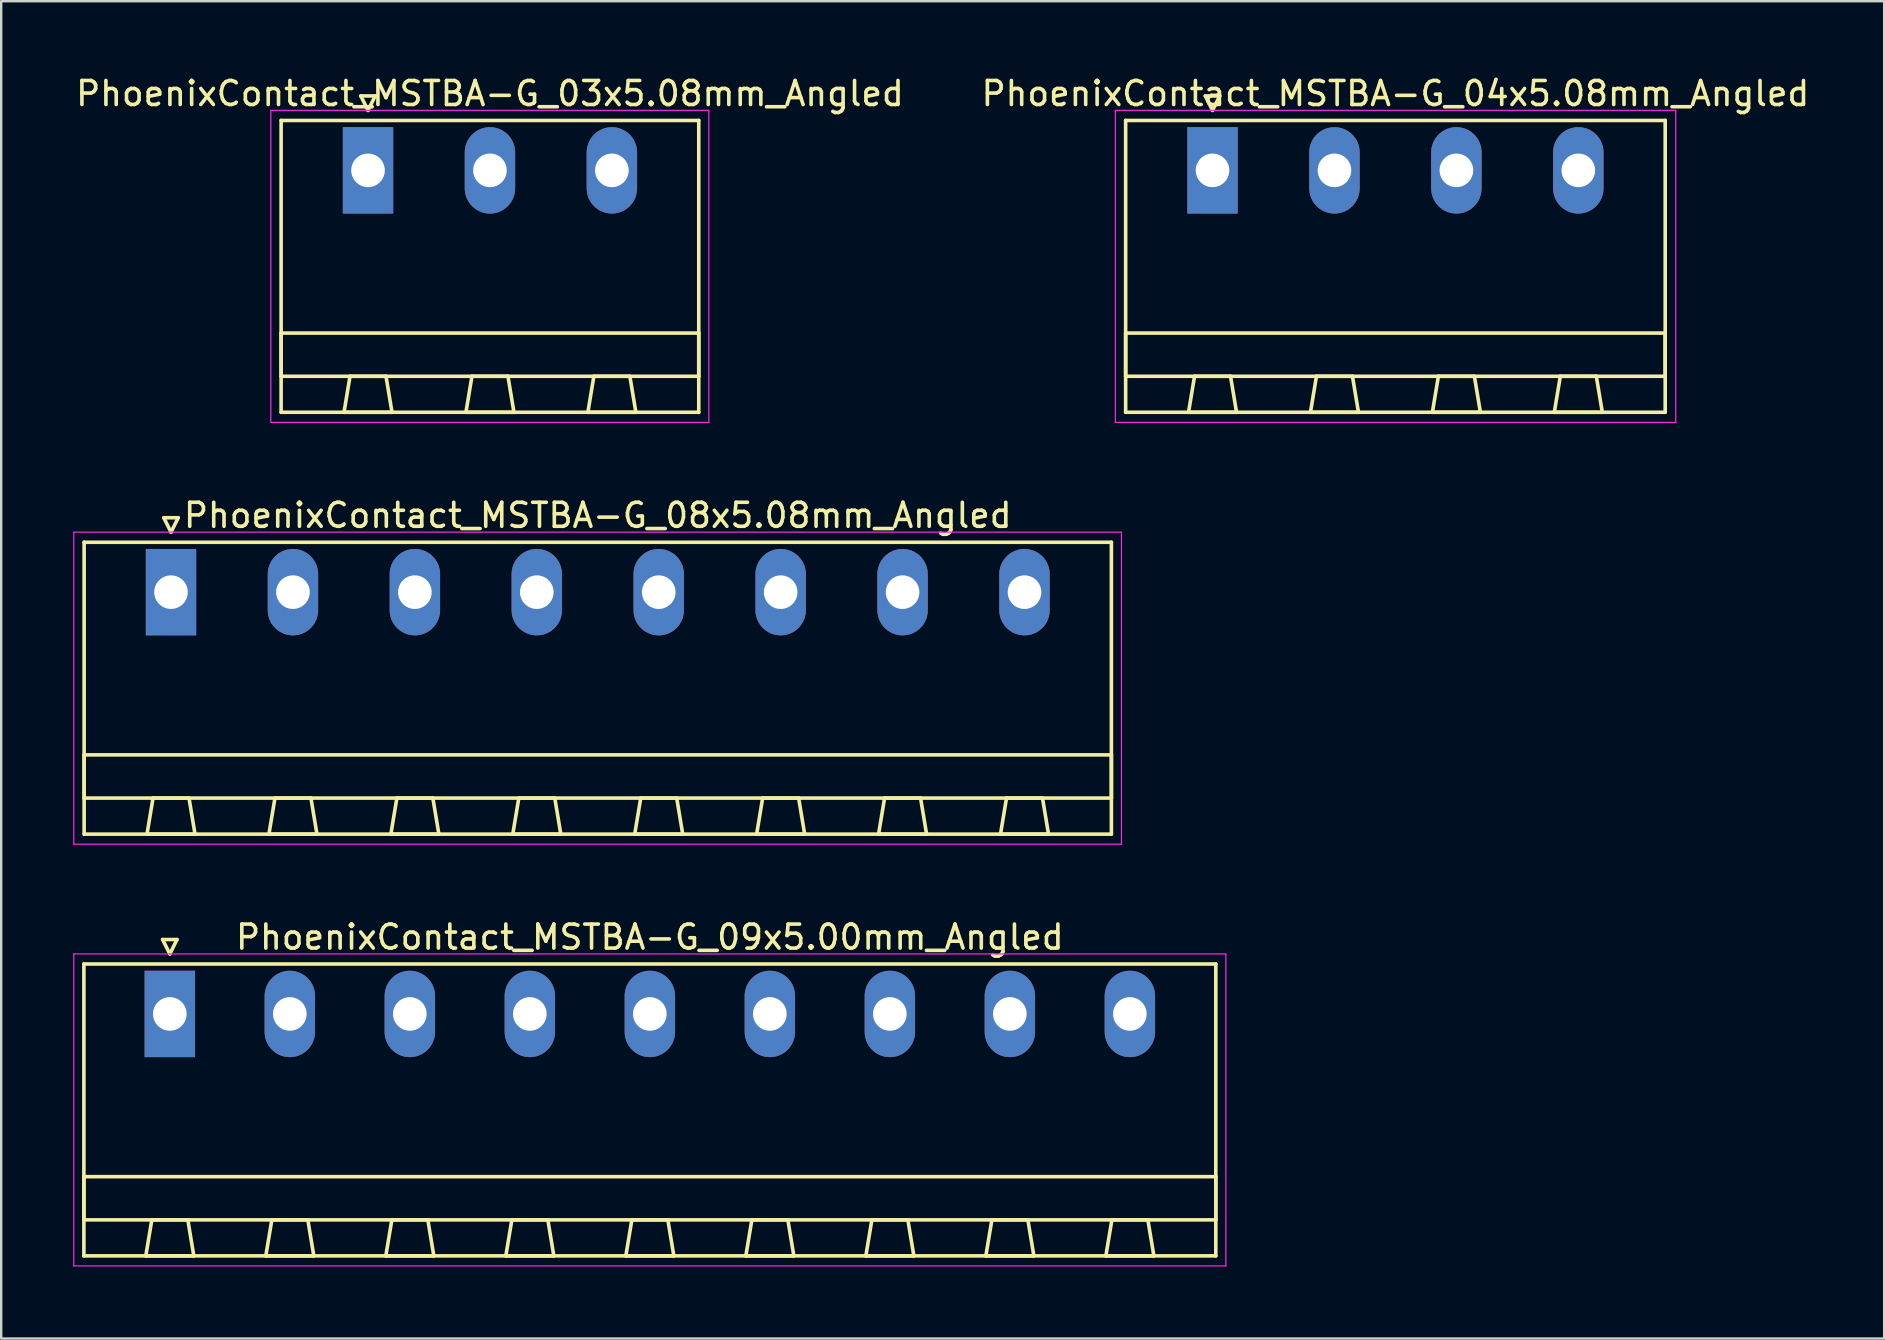
<source format=kicad_pcb>
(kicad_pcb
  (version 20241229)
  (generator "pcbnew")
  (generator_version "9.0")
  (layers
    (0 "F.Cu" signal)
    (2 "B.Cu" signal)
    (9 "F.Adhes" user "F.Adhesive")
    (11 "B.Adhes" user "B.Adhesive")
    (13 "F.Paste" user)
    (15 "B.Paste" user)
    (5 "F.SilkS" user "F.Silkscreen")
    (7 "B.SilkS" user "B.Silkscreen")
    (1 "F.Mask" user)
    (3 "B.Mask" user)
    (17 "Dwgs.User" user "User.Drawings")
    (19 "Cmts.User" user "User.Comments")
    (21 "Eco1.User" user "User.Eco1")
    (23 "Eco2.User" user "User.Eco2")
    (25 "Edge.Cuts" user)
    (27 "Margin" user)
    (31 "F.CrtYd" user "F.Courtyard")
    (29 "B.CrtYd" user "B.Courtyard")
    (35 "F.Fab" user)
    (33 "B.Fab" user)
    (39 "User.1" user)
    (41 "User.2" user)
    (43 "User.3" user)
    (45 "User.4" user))
  (footprint "PhoenixContact_MSTBA-G_09x5.00mm_Angled"
    (layer "F.Cu")
    (at 4.025 39.195)
    (property "Reference" "PhoenixContact_MSTBA-G_09x5.00mm_Angled" (at 20 -3.2 0) (layer "F.SilkS") (effects (font (size 1 1) (thickness 0.15))))
    (attr through_hole)
    (fp_line (start -3.58 -2.08) (end -3.58 10.08) (stroke (width 0.15) (type solid)) (layer "F.SilkS"))
    (fp_line (start -3.58 6.78) (end 43.58 6.78) (stroke (width 0.15) (type solid)) (layer "F.SilkS"))
    (fp_line (start -3.58 8.58) (end -3.58 6.78) (stroke (width 0.15) (type solid)) (layer "F.SilkS"))
    (fp_line (start -3.58 10.08) (end 43.58 10.08) (stroke (width 0.15) (type solid)) (layer "F.SilkS"))
    (fp_line (start -1 10.08) (end 1 10.08) (stroke (width 0.15) (type solid)) (layer "F.SilkS"))
    (fp_line (start -0.75 8.58) (end -1 10.08) (stroke (width 0.15) (type solid)) (layer "F.SilkS"))
    (fp_line (start -0.3 -3.1) (end 0 -2.5) (stroke (width 0.15) (type solid)) (layer "F.SilkS"))
    (fp_line (start 0 -2.5) (end 0.3 -3.1) (stroke (width 0.15) (type solid)) (layer "F.SilkS"))
    (fp_line (start 0.3 -3.1) (end -0.3 -3.1) (stroke (width 0.15) (type solid)) (layer "F.SilkS"))
    (fp_line (start 0.75 8.58) (end -0.75 8.58) (stroke (width 0.15) (type solid)) (layer "F.SilkS"))
    (fp_line (start 1 10.08) (end 0.75 8.58) (stroke (width 0.15) (type solid)) (layer "F.SilkS"))
    (fp_line (start 4 10.08) (end 6 10.08) (stroke (width 0.15) (type solid)) (layer "F.SilkS"))
    (fp_line (start 4.25 8.58) (end 4 10.08) (stroke (width 0.15) (type solid)) (layer "F.SilkS"))
    (fp_line (start 5.75 8.58) (end 4.25 8.58) (stroke (width 0.15) (type solid)) (layer "F.SilkS"))
    (fp_line (start 6 10.08) (end 5.75 8.58) (stroke (width 0.15) (type solid)) (layer "F.SilkS"))
    (fp_line (start 9 10.08) (end 11 10.08) (stroke (width 0.15) (type solid)) (layer "F.SilkS"))
    (fp_line (start 9.25 8.58) (end 9 10.08) (stroke (width 0.15) (type solid)) (layer "F.SilkS"))
    (fp_line (start 10.75 8.58) (end 9.25 8.58) (stroke (width 0.15) (type solid)) (layer "F.SilkS"))
    (fp_line (start 11 10.08) (end 10.75 8.58) (stroke (width 0.15) (type solid)) (layer "F.SilkS"))
    (fp_line (start 14 10.08) (end 16 10.08) (stroke (width 0.15) (type solid)) (layer "F.SilkS"))
    (fp_line (start 14.25 8.58) (end 14 10.08) (stroke (width 0.15) (type solid)) (layer "F.SilkS"))
    (fp_line (start 15.75 8.58) (end 14.25 8.58) (stroke (width 0.15) (type solid)) (layer "F.SilkS"))
    (fp_line (start 16 10.08) (end 15.75 8.58) (stroke (width 0.15) (type solid)) (layer "F.SilkS"))
    (fp_line (start 19 10.08) (end 21 10.08) (stroke (width 0.15) (type solid)) (layer "F.SilkS"))
    (fp_line (start 19.25 8.58) (end 19 10.08) (stroke (width 0.15) (type solid)) (layer "F.SilkS"))
    (fp_line (start 20.75 8.58) (end 19.25 8.58) (stroke (width 0.15) (type solid)) (layer "F.SilkS"))
    (fp_line (start 21 10.08) (end 20.75 8.58) (stroke (width 0.15) (type solid)) (layer "F.SilkS"))
    (fp_line (start 24 10.08) (end 26 10.08) (stroke (width 0.15) (type solid)) (layer "F.SilkS"))
    (fp_line (start 24.25 8.58) (end 24 10.08) (stroke (width 0.15) (type solid)) (layer "F.SilkS"))
    (fp_line (start 25.75 8.58) (end 24.25 8.58) (stroke (width 0.15) (type solid)) (layer "F.SilkS"))
    (fp_line (start 26 10.08) (end 25.75 8.58) (stroke (width 0.15) (type solid)) (layer "F.SilkS"))
    (fp_line (start 29 10.08) (end 31 10.08) (stroke (width 0.15) (type solid)) (layer "F.SilkS"))
    (fp_line (start 29.25 8.58) (end 29 10.08) (stroke (width 0.15) (type solid)) (layer "F.SilkS"))
    (fp_line (start 30.75 8.58) (end 29.25 8.58) (stroke (width 0.15) (type solid)) (layer "F.SilkS"))
    (fp_line (start 31 10.08) (end 30.75 8.58) (stroke (width 0.15) (type solid)) (layer "F.SilkS"))
    (fp_line (start 34 10.08) (end 36 10.08) (stroke (width 0.15) (type solid)) (layer "F.SilkS"))
    (fp_line (start 34.25 8.58) (end 34 10.08) (stroke (width 0.15) (type solid)) (layer "F.SilkS"))
    (fp_line (start 35.75 8.58) (end 34.25 8.58) (stroke (width 0.15) (type solid)) (layer "F.SilkS"))
    (fp_line (start 36 10.08) (end 35.75 8.58) (stroke (width 0.15) (type solid)) (layer "F.SilkS"))
    (fp_line (start 39 10.08) (end 41 10.08) (stroke (width 0.15) (type solid)) (layer "F.SilkS"))
    (fp_line (start 39.25 8.58) (end 39 10.08) (stroke (width 0.15) (type solid)) (layer "F.SilkS"))
    (fp_line (start 40.75 8.58) (end 39.25 8.58) (stroke (width 0.15) (type solid)) (layer "F.SilkS"))
    (fp_line (start 41 10.08) (end 40.75 8.58) (stroke (width 0.15) (type solid)) (layer "F.SilkS"))
    (fp_line (start 43.58 -2.08) (end -3.58 -2.08) (stroke (width 0.15) (type solid)) (layer "F.SilkS"))
    (fp_line (start 43.58 6.78) (end 43.58 8.58) (stroke (width 0.15) (type solid)) (layer "F.SilkS"))
    (fp_line (start 43.58 8.58) (end -3.58 8.58) (stroke (width 0.15) (type solid)) (layer "F.SilkS"))
    (fp_line (start 43.58 10.08) (end 43.58 -2.08) (stroke (width 0.15) (type solid)) (layer "F.SilkS"))
    (fp_line (start -4 -2.5) (end -4 10.5) (stroke (width 0.05) (type solid)) (layer "F.CrtYd"))
    (fp_line (start -4 10.5) (end 44 10.5) (stroke (width 0.05) (type solid)) (layer "F.CrtYd"))
    (fp_line (start 44 -2.5) (end -4 -2.5) (stroke (width 0.05) (type solid)) (layer "F.CrtYd"))
    (fp_line (start 44 10.5) (end 44 -2.5) (stroke (width 0.05) (type solid)) (layer "F.CrtYd"))
    (pad "1" thru_hole rect (at 0 0) (size 2.1 3.6) (drill 1.4) (layers "*.Cu" "*.Mask"))
    (pad "2" thru_hole oval (at 5 0) (size 2.1 3.6) (drill 1.4) (layers "*.Cu" "*.Mask"))
    (pad "3" thru_hole oval (at 10 0) (size 2.1 3.6) (drill 1.4) (layers "*.Cu" "*.Mask"))
    (pad "4" thru_hole oval (at 15 0) (size 2.1 3.6) (drill 1.4) (layers "*.Cu" "*.Mask"))
    (pad "5" thru_hole oval (at 20 0) (size 2.1 3.6) (drill 1.4) (layers "*.Cu" "*.Mask"))
    (pad "6" thru_hole oval (at 25 0) (size 2.1 3.6) (drill 1.4) (layers "*.Cu" "*.Mask"))
    (pad "7" thru_hole oval (at 30 0) (size 2.1 3.6) (drill 1.4) (layers "*.Cu" "*.Mask"))
    (pad "8" thru_hole oval (at 35 0) (size 2.1 3.6) (drill 1.4) (layers "*.Cu" "*.Mask"))
    (pad "9" thru_hole oval (at 40 0) (size 2.1 3.6) (drill 1.4) (layers "*.Cu" "*.Mask")))
  (footprint "PhoenixContact_MSTBA-G_08x5.08mm_Angled"
    (layer "F.Cu")
    (at 4.075 21.622)
    (property "Reference" "PhoenixContact_MSTBA-G_08x5.08mm_Angled" (at 17.78 -3.2 0) (layer "F.SilkS") (effects (font (size 1 1) (thickness 0.15))))
    (attr through_hole)
    (fp_line (start -3.62 -2.08) (end -3.62 10.08) (stroke (width 0.15) (type solid)) (layer "F.SilkS"))
    (fp_line (start -3.62 6.78) (end 39.18 6.78) (stroke (width 0.15) (type solid)) (layer "F.SilkS"))
    (fp_line (start -3.62 8.58) (end -3.62 6.78) (stroke (width 0.15) (type solid)) (layer "F.SilkS"))
    (fp_line (start -3.62 10.08) (end 39.18 10.08) (stroke (width 0.15) (type solid)) (layer "F.SilkS"))
    (fp_line (start -1 10.08) (end 1 10.08) (stroke (width 0.15) (type solid)) (layer "F.SilkS"))
    (fp_line (start -0.75 8.58) (end -1 10.08) (stroke (width 0.15) (type solid)) (layer "F.SilkS"))
    (fp_line (start -0.3 -3.1) (end 0 -2.5) (stroke (width 0.15) (type solid)) (layer "F.SilkS"))
    (fp_line (start 0 -2.5) (end 0.3 -3.1) (stroke (width 0.15) (type solid)) (layer "F.SilkS"))
    (fp_line (start 0.3 -3.1) (end -0.3 -3.1) (stroke (width 0.15) (type solid)) (layer "F.SilkS"))
    (fp_line (start 0.75 8.58) (end -0.75 8.58) (stroke (width 0.15) (type solid)) (layer "F.SilkS"))
    (fp_line (start 1 10.08) (end 0.75 8.58) (stroke (width 0.15) (type solid)) (layer "F.SilkS"))
    (fp_line (start 4.08 10.08) (end 6.08 10.08) (stroke (width 0.15) (type solid)) (layer "F.SilkS"))
    (fp_line (start 4.33 8.58) (end 4.08 10.08) (stroke (width 0.15) (type solid)) (layer "F.SilkS"))
    (fp_line (start 5.83 8.58) (end 4.33 8.58) (stroke (width 0.15) (type solid)) (layer "F.SilkS"))
    (fp_line (start 6.08 10.08) (end 5.83 8.58) (stroke (width 0.15) (type solid)) (layer "F.SilkS"))
    (fp_line (start 9.16 10.08) (end 11.16 10.08) (stroke (width 0.15) (type solid)) (layer "F.SilkS"))
    (fp_line (start 9.41 8.58) (end 9.16 10.08) (stroke (width 0.15) (type solid)) (layer "F.SilkS"))
    (fp_line (start 10.91 8.58) (end 9.41 8.58) (stroke (width 0.15) (type solid)) (layer "F.SilkS"))
    (fp_line (start 11.16 10.08) (end 10.91 8.58) (stroke (width 0.15) (type solid)) (layer "F.SilkS"))
    (fp_line (start 14.24 10.08) (end 16.24 10.08) (stroke (width 0.15) (type solid)) (layer "F.SilkS"))
    (fp_line (start 14.49 8.58) (end 14.24 10.08) (stroke (width 0.15) (type solid)) (layer "F.SilkS"))
    (fp_line (start 15.99 8.58) (end 14.49 8.58) (stroke (width 0.15) (type solid)) (layer "F.SilkS"))
    (fp_line (start 16.24 10.08) (end 15.99 8.58) (stroke (width 0.15) (type solid)) (layer "F.SilkS"))
    (fp_line (start 19.32 10.08) (end 21.32 10.08) (stroke (width 0.15) (type solid)) (layer "F.SilkS"))
    (fp_line (start 19.57 8.58) (end 19.32 10.08) (stroke (width 0.15) (type solid)) (layer "F.SilkS"))
    (fp_line (start 21.07 8.58) (end 19.57 8.58) (stroke (width 0.15) (type solid)) (layer "F.SilkS"))
    (fp_line (start 21.32 10.08) (end 21.07 8.58) (stroke (width 0.15) (type solid)) (layer "F.SilkS"))
    (fp_line (start 24.4 10.08) (end 26.4 10.08) (stroke (width 0.15) (type solid)) (layer "F.SilkS"))
    (fp_line (start 24.65 8.58) (end 24.4 10.08) (stroke (width 0.15) (type solid)) (layer "F.SilkS"))
    (fp_line (start 26.15 8.58) (end 24.65 8.58) (stroke (width 0.15) (type solid)) (layer "F.SilkS"))
    (fp_line (start 26.4 10.08) (end 26.15 8.58) (stroke (width 0.15) (type solid)) (layer "F.SilkS"))
    (fp_line (start 29.48 10.08) (end 31.48 10.08) (stroke (width 0.15) (type solid)) (layer "F.SilkS"))
    (fp_line (start 29.73 8.58) (end 29.48 10.08) (stroke (width 0.15) (type solid)) (layer "F.SilkS"))
    (fp_line (start 31.23 8.58) (end 29.73 8.58) (stroke (width 0.15) (type solid)) (layer "F.SilkS"))
    (fp_line (start 31.48 10.08) (end 31.23 8.58) (stroke (width 0.15) (type solid)) (layer "F.SilkS"))
    (fp_line (start 34.56 10.08) (end 36.56 10.08) (stroke (width 0.15) (type solid)) (layer "F.SilkS"))
    (fp_line (start 34.81 8.58) (end 34.56 10.08) (stroke (width 0.15) (type solid)) (layer "F.SilkS"))
    (fp_line (start 36.31 8.58) (end 34.81 8.58) (stroke (width 0.15) (type solid)) (layer "F.SilkS"))
    (fp_line (start 36.56 10.08) (end 36.31 8.58) (stroke (width 0.15) (type solid)) (layer "F.SilkS"))
    (fp_line (start 39.18 -2.08) (end -3.62 -2.08) (stroke (width 0.15) (type solid)) (layer "F.SilkS"))
    (fp_line (start 39.18 6.78) (end 39.18 8.58) (stroke (width 0.15) (type solid)) (layer "F.SilkS"))
    (fp_line (start 39.18 8.58) (end -3.62 8.58) (stroke (width 0.15) (type solid)) (layer "F.SilkS"))
    (fp_line (start 39.18 10.08) (end 39.18 -2.08) (stroke (width 0.15) (type solid)) (layer "F.SilkS"))
    (fp_line (start -4.05 -2.5) (end -4.05 10.5) (stroke (width 0.05) (type solid)) (layer "F.CrtYd"))
    (fp_line (start -4.05 10.5) (end 39.6 10.5) (stroke (width 0.05) (type solid)) (layer "F.CrtYd"))
    (fp_line (start 39.6 -2.5) (end -4.05 -2.5) (stroke (width 0.05) (type solid)) (layer "F.CrtYd"))
    (fp_line (start 39.6 10.5) (end 39.6 -2.5) (stroke (width 0.05) (type solid)) (layer "F.CrtYd"))
    (pad "1" thru_hole rect (at 0 0) (size 2.1 3.6) (drill 1.4) (layers "*.Cu" "*.Mask"))
    (pad "2" thru_hole oval (at 5.08 0) (size 2.1 3.6) (drill 1.4) (layers "*.Cu" "*.Mask"))
    (pad "3" thru_hole oval (at 10.16 0) (size 2.1 3.6) (drill 1.4) (layers "*.Cu" "*.Mask"))
    (pad "4" thru_hole oval (at 15.24 0) (size 2.1 3.6) (drill 1.4) (layers "*.Cu" "*.Mask"))
    (pad "5" thru_hole oval (at 20.32 0) (size 2.1 3.6) (drill 1.4) (layers "*.Cu" "*.Mask"))
    (pad "6" thru_hole oval (at 25.4 0) (size 2.1 3.6) (drill 1.4) (layers "*.Cu" "*.Mask"))
    (pad "7" thru_hole oval (at 30.48 0) (size 2.1 3.6) (drill 1.4) (layers "*.Cu" "*.Mask"))
    (pad "8" thru_hole oval (at 35.56 0) (size 2.1 3.6) (drill 1.4) (layers "*.Cu" "*.Mask")))
  (footprint "PhoenixContact_MSTBA-G_04x5.08mm_Angled"
    (layer "F.Cu")
    (at 47.469 4.048)
    (property "Reference" "PhoenixContact_MSTBA-G_04x5.08mm_Angled" (at 7.62 -3.2 0) (layer "F.SilkS") (effects (font (size 1 1) (thickness 0.15))))
    (attr through_hole)
    (fp_line (start -3.62 -2.08) (end -3.62 10.08) (stroke (width 0.15) (type solid)) (layer "F.SilkS"))
    (fp_line (start -3.62 6.78) (end 18.86 6.78) (stroke (width 0.15) (type solid)) (layer "F.SilkS"))
    (fp_line (start -3.62 8.58) (end -3.62 6.78) (stroke (width 0.15) (type solid)) (layer "F.SilkS"))
    (fp_line (start -3.62 10.08) (end 18.86 10.08) (stroke (width 0.15) (type solid)) (layer "F.SilkS"))
    (fp_line (start -1 10.08) (end 1 10.08) (stroke (width 0.15) (type solid)) (layer "F.SilkS"))
    (fp_line (start -0.75 8.58) (end -1 10.08) (stroke (width 0.15) (type solid)) (layer "F.SilkS"))
    (fp_line (start -0.3 -3.1) (end 0 -2.5) (stroke (width 0.15) (type solid)) (layer "F.SilkS"))
    (fp_line (start 0 -2.5) (end 0.3 -3.1) (stroke (width 0.15) (type solid)) (layer "F.SilkS"))
    (fp_line (start 0.3 -3.1) (end -0.3 -3.1) (stroke (width 0.15) (type solid)) (layer "F.SilkS"))
    (fp_line (start 0.75 8.58) (end -0.75 8.58) (stroke (width 0.15) (type solid)) (layer "F.SilkS"))
    (fp_line (start 1 10.08) (end 0.75 8.58) (stroke (width 0.15) (type solid)) (layer "F.SilkS"))
    (fp_line (start 4.08 10.08) (end 6.08 10.08) (stroke (width 0.15) (type solid)) (layer "F.SilkS"))
    (fp_line (start 4.33 8.58) (end 4.08 10.08) (stroke (width 0.15) (type solid)) (layer "F.SilkS"))
    (fp_line (start 5.83 8.58) (end 4.33 8.58) (stroke (width 0.15) (type solid)) (layer "F.SilkS"))
    (fp_line (start 6.08 10.08) (end 5.83 8.58) (stroke (width 0.15) (type solid)) (layer "F.SilkS"))
    (fp_line (start 9.16 10.08) (end 11.16 10.08) (stroke (width 0.15) (type solid)) (layer "F.SilkS"))
    (fp_line (start 9.41 8.58) (end 9.16 10.08) (stroke (width 0.15) (type solid)) (layer "F.SilkS"))
    (fp_line (start 10.91 8.58) (end 9.41 8.58) (stroke (width 0.15) (type solid)) (layer "F.SilkS"))
    (fp_line (start 11.16 10.08) (end 10.91 8.58) (stroke (width 0.15) (type solid)) (layer "F.SilkS"))
    (fp_line (start 14.24 10.08) (end 16.24 10.08) (stroke (width 0.15) (type solid)) (layer "F.SilkS"))
    (fp_line (start 14.49 8.58) (end 14.24 10.08) (stroke (width 0.15) (type solid)) (layer "F.SilkS"))
    (fp_line (start 15.99 8.58) (end 14.49 8.58) (stroke (width 0.15) (type solid)) (layer "F.SilkS"))
    (fp_line (start 16.24 10.08) (end 15.99 8.58) (stroke (width 0.15) (type solid)) (layer "F.SilkS"))
    (fp_line (start 18.86 -2.08) (end -3.62 -2.08) (stroke (width 0.15) (type solid)) (layer "F.SilkS"))
    (fp_line (start 18.86 6.78) (end 18.86 8.58) (stroke (width 0.15) (type solid)) (layer "F.SilkS"))
    (fp_line (start 18.86 8.58) (end -3.62 8.58) (stroke (width 0.15) (type solid)) (layer "F.SilkS"))
    (fp_line (start 18.86 10.08) (end 18.86 -2.08) (stroke (width 0.15) (type solid)) (layer "F.SilkS"))
    (fp_line (start -4.05 -2.5) (end -4.05 10.5) (stroke (width 0.05) (type solid)) (layer "F.CrtYd"))
    (fp_line (start -4.05 10.5) (end 19.3 10.5) (stroke (width 0.05) (type solid)) (layer "F.CrtYd"))
    (fp_line (start 19.3 -2.5) (end -4.05 -2.5) (stroke (width 0.05) (type solid)) (layer "F.CrtYd"))
    (fp_line (start 19.3 10.5) (end 19.3 -2.5) (stroke (width 0.05) (type solid)) (layer "F.CrtYd"))
    (pad "1" thru_hole rect (at 0 0) (size 2.1 3.6) (drill 1.4) (layers "*.Cu" "*.Mask"))
    (pad "2" thru_hole oval (at 5.08 0) (size 2.1 3.6) (drill 1.4) (layers "*.Cu" "*.Mask"))
    (pad "3" thru_hole oval (at 10.16 0) (size 2.1 3.6) (drill 1.4) (layers "*.Cu" "*.Mask"))
    (pad "4" thru_hole oval (at 15.24 0) (size 2.1 3.6) (drill 1.4) (layers "*.Cu" "*.Mask")))
  (footprint "PhoenixContact_MSTBA-G_03x5.08mm_Angled"
    (layer "F.Cu")
    (at 12.283 4.048)
    (property "Reference" "PhoenixContact_MSTBA-G_03x5.08mm_Angled" (at 5.08 -3.2 0) (layer "F.SilkS") (effects (font (size 1 1) (thickness 0.15))))
    (attr through_hole)
    (fp_line (start -3.62 -2.08) (end -3.62 10.08) (stroke (width 0.15) (type solid)) (layer "F.SilkS"))
    (fp_line (start -3.62 6.78) (end 13.78 6.78) (stroke (width 0.15) (type solid)) (layer "F.SilkS"))
    (fp_line (start -3.62 8.58) (end -3.62 6.78) (stroke (width 0.15) (type solid)) (layer "F.SilkS"))
    (fp_line (start -3.62 10.08) (end 13.78 10.08) (stroke (width 0.15) (type solid)) (layer "F.SilkS"))
    (fp_line (start -1 10.08) (end 1 10.08) (stroke (width 0.15) (type solid)) (layer "F.SilkS"))
    (fp_line (start -0.75 8.58) (end -1 10.08) (stroke (width 0.15) (type solid)) (layer "F.SilkS"))
    (fp_line (start -0.3 -3.1) (end 0 -2.5) (stroke (width 0.15) (type solid)) (layer "F.SilkS"))
    (fp_line (start 0 -2.5) (end 0.3 -3.1) (stroke (width 0.15) (type solid)) (layer "F.SilkS"))
    (fp_line (start 0.3 -3.1) (end -0.3 -3.1) (stroke (width 0.15) (type solid)) (layer "F.SilkS"))
    (fp_line (start 0.75 8.58) (end -0.75 8.58) (stroke (width 0.15) (type solid)) (layer "F.SilkS"))
    (fp_line (start 1 10.08) (end 0.75 8.58) (stroke (width 0.15) (type solid)) (layer "F.SilkS"))
    (fp_line (start 4.08 10.08) (end 6.08 10.08) (stroke (width 0.15) (type solid)) (layer "F.SilkS"))
    (fp_line (start 4.33 8.58) (end 4.08 10.08) (stroke (width 0.15) (type solid)) (layer "F.SilkS"))
    (fp_line (start 5.83 8.58) (end 4.33 8.58) (stroke (width 0.15) (type solid)) (layer "F.SilkS"))
    (fp_line (start 6.08 10.08) (end 5.83 8.58) (stroke (width 0.15) (type solid)) (layer "F.SilkS"))
    (fp_line (start 9.16 10.08) (end 11.16 10.08) (stroke (width 0.15) (type solid)) (layer "F.SilkS"))
    (fp_line (start 9.41 8.58) (end 9.16 10.08) (stroke (width 0.15) (type solid)) (layer "F.SilkS"))
    (fp_line (start 10.91 8.58) (end 9.41 8.58) (stroke (width 0.15) (type solid)) (layer "F.SilkS"))
    (fp_line (start 11.16 10.08) (end 10.91 8.58) (stroke (width 0.15) (type solid)) (layer "F.SilkS"))
    (fp_line (start 13.78 -2.08) (end -3.62 -2.08) (stroke (width 0.15) (type solid)) (layer "F.SilkS"))
    (fp_line (start 13.78 6.78) (end 13.78 8.58) (stroke (width 0.15) (type solid)) (layer "F.SilkS"))
    (fp_line (start 13.78 8.58) (end -3.62 8.58) (stroke (width 0.15) (type solid)) (layer "F.SilkS"))
    (fp_line (start 13.78 10.08) (end 13.78 -2.08) (stroke (width 0.15) (type solid)) (layer "F.SilkS"))
    (fp_line (start -4.05 -2.5) (end -4.05 10.5) (stroke (width 0.05) (type solid)) (layer "F.CrtYd"))
    (fp_line (start -4.05 10.5) (end 14.2 10.5) (stroke (width 0.05) (type solid)) (layer "F.CrtYd"))
    (fp_line (start 14.2 -2.5) (end -4.05 -2.5) (stroke (width 0.05) (type solid)) (layer "F.CrtYd"))
    (fp_line (start 14.2 10.5) (end 14.2 -2.5) (stroke (width 0.05) (type solid)) (layer "F.CrtYd"))
    (pad "1" thru_hole rect (at 0 0) (size 2.1 3.6) (drill 1.4) (layers "*.Cu" "*.Mask"))
    (pad "2" thru_hole oval (at 5.08 0) (size 2.1 3.6) (drill 1.4) (layers "*.Cu" "*.Mask"))
    (pad "3" thru_hole oval (at 10.16 0) (size 2.1 3.6) (drill 1.4) (layers "*.Cu" "*.Mask")))
  (gr_rect
    (start -3 -3)
    (end 75.452 52.72)
    (stroke (width 0.1) (type default))
    (fill no)
    (layer "Edge.Cuts")))
</source>
